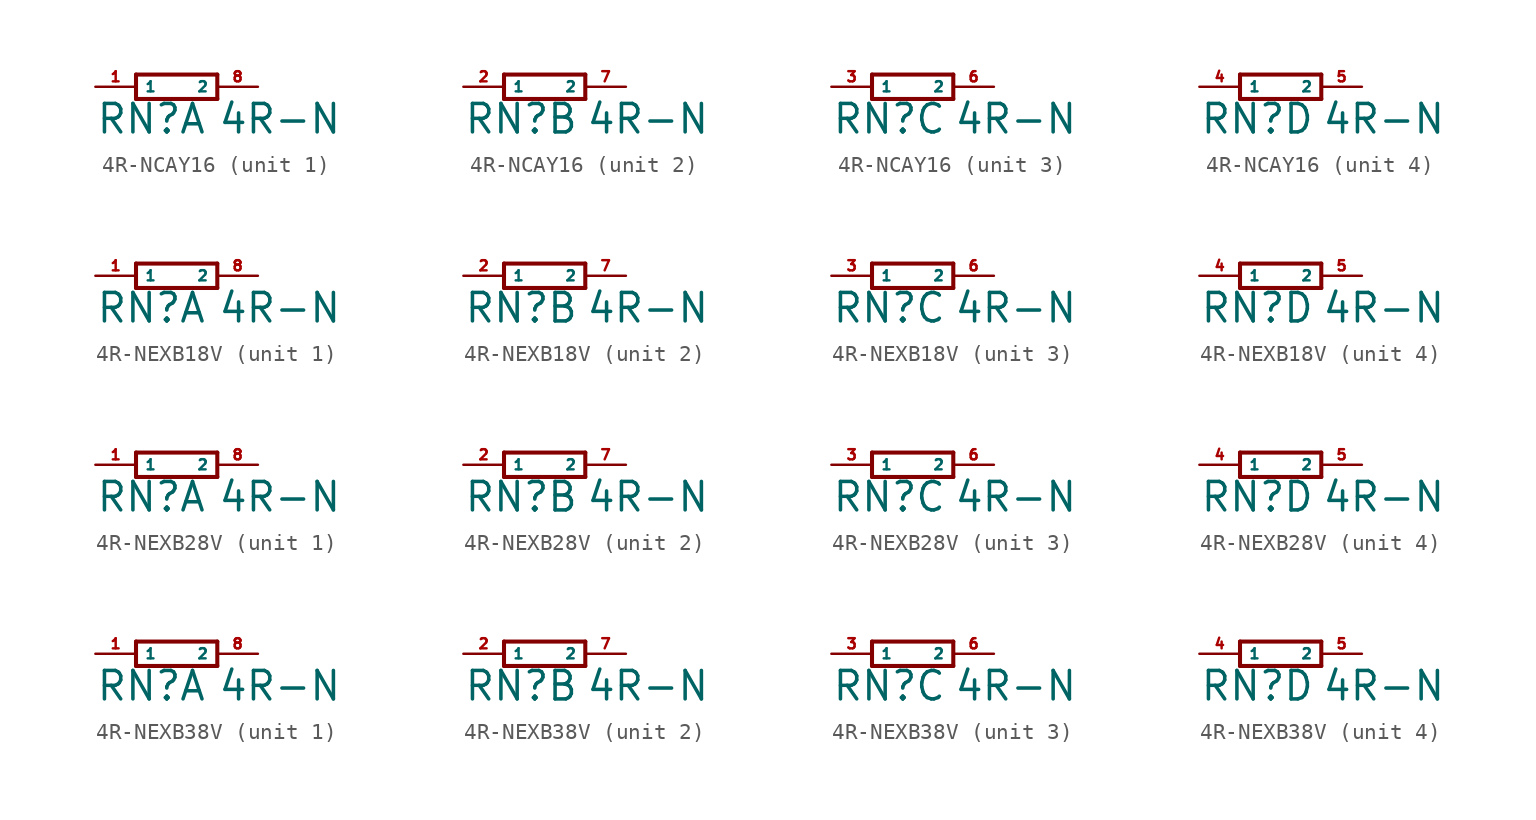
<source format=kicad_sym>
(kicad_symbol_lib
  (version 20220914)
  (generator Eagle2Kicad)
  (symbol "4R-NCAY16"
    (property "Reference" "RN"
      (at -5.08 -3.048 0)
      (effects (font (size 1.778 1.778) (thickness 0.22)) (justify left bottom)))
    (property "Value" "4R-N"
      (at 2.54 -3.048 0)
      (effects (font (size 1.778 1.778) (thickness 0.22)) (justify left bottom)))
    (symbol "4R-NCAY16_1_0"
      (polyline (pts (xy -2.54 -0.762) (xy 2.54 -0.762)) (stroke (width 0.254) (type default)) (fill (type none)))
      (polyline (pts (xy 2.54 0.762) (xy -2.54 0.762)) (stroke (width 0.254) (type default)) (fill (type none)))
      (polyline (pts (xy 2.54 -0.762) (xy 2.54 0.762)) (stroke (width 0.254) (type default)) (fill (type none)))
      (polyline (pts (xy -2.54 0.762) (xy -2.54 -0.762)) (stroke (width 0.254) (type default)) (fill (type none)))
      (pin passive line (at -5.08 0 0) (length 2.54) (name "1" (effects (font (size 0.635 0.635) (thickness 0.08)) (justify left bottom))) (number "1" (effects (font (size 0.635 0.635) (thickness 0.08)) (justify left bottom))))
      (pin passive line (at 5.08 0 180) (length 2.54) (name "2" (effects (font (size 0.635 0.635) (thickness 0.08)) (justify left bottom))) (number "8" (effects (font (size 0.635 0.635) (thickness 0.08)) (justify left bottom)))))
    (symbol "4R-NCAY16_2_0"
      (polyline (pts (xy -2.54 -0.762) (xy 2.54 -0.762)) (stroke (width 0.254) (type default)) (fill (type none)))
      (polyline (pts (xy 2.54 0.762) (xy -2.54 0.762)) (stroke (width 0.254) (type default)) (fill (type none)))
      (polyline (pts (xy 2.54 -0.762) (xy 2.54 0.762)) (stroke (width 0.254) (type default)) (fill (type none)))
      (polyline (pts (xy -2.54 0.762) (xy -2.54 -0.762)) (stroke (width 0.254) (type default)) (fill (type none)))
      (pin passive line (at -5.08 0 0) (length 2.54) (name "1" (effects (font (size 0.635 0.635) (thickness 0.08)) (justify left bottom))) (number "2" (effects (font (size 0.635 0.635) (thickness 0.08)) (justify left bottom))))
      (pin passive line (at 5.08 0 180) (length 2.54) (name "2" (effects (font (size 0.635 0.635) (thickness 0.08)) (justify left bottom))) (number "7" (effects (font (size 0.635 0.635) (thickness 0.08)) (justify left bottom)))))
    (symbol "4R-NCAY16_3_0"
      (polyline (pts (xy -2.54 -0.762) (xy 2.54 -0.762)) (stroke (width 0.254) (type default)) (fill (type none)))
      (polyline (pts (xy 2.54 0.762) (xy -2.54 0.762)) (stroke (width 0.254) (type default)) (fill (type none)))
      (polyline (pts (xy 2.54 -0.762) (xy 2.54 0.762)) (stroke (width 0.254) (type default)) (fill (type none)))
      (polyline (pts (xy -2.54 0.762) (xy -2.54 -0.762)) (stroke (width 0.254) (type default)) (fill (type none)))
      (pin passive line (at -5.08 0 0) (length 2.54) (name "1" (effects (font (size 0.635 0.635) (thickness 0.08)) (justify left bottom))) (number "3" (effects (font (size 0.635 0.635) (thickness 0.08)) (justify left bottom))))
      (pin passive line (at 5.08 0 180) (length 2.54) (name "2" (effects (font (size 0.635 0.635) (thickness 0.08)) (justify left bottom))) (number "6" (effects (font (size 0.635 0.635) (thickness 0.08)) (justify left bottom)))))
    (symbol "4R-NCAY16_4_0"
      (polyline (pts (xy -2.54 -0.762) (xy 2.54 -0.762)) (stroke (width 0.254) (type default)) (fill (type none)))
      (polyline (pts (xy 2.54 0.762) (xy -2.54 0.762)) (stroke (width 0.254) (type default)) (fill (type none)))
      (polyline (pts (xy 2.54 -0.762) (xy 2.54 0.762)) (stroke (width 0.254) (type default)) (fill (type none)))
      (polyline (pts (xy -2.54 0.762) (xy -2.54 -0.762)) (stroke (width 0.254) (type default)) (fill (type none)))
      (pin passive line (at -5.08 0 0) (length 2.54) (name "1" (effects (font (size 0.635 0.635) (thickness 0.08)) (justify left bottom))) (number "4" (effects (font (size 0.635 0.635) (thickness 0.08)) (justify left bottom))))
      (pin passive line (at 5.08 0 180) (length 2.54) (name "2" (effects (font (size 0.635 0.635) (thickness 0.08)) (justify left bottom))) (number "5" (effects (font (size 0.635 0.635) (thickness 0.08)) (justify left bottom))))))
  (symbol "4R-NEXB18V"
    (property "Reference" "RN"
      (at -5.08 -3.048 0)
      (effects (font (size 1.778 1.778) (thickness 0.22)) (justify left bottom)))
    (property "Value" "4R-N"
      (at 2.54 -3.048 0)
      (effects (font (size 1.778 1.778) (thickness 0.22)) (justify left bottom)))
    (symbol "4R-NEXB18V_1_0"
      (polyline (pts (xy -2.54 -0.762) (xy 2.54 -0.762)) (stroke (width 0.254) (type default)) (fill (type none)))
      (polyline (pts (xy 2.54 0.762) (xy -2.54 0.762)) (stroke (width 0.254) (type default)) (fill (type none)))
      (polyline (pts (xy 2.54 -0.762) (xy 2.54 0.762)) (stroke (width 0.254) (type default)) (fill (type none)))
      (polyline (pts (xy -2.54 0.762) (xy -2.54 -0.762)) (stroke (width 0.254) (type default)) (fill (type none)))
      (pin passive line (at -5.08 0 0) (length 2.54) (name "1" (effects (font (size 0.635 0.635) (thickness 0.08)) (justify left bottom))) (number "1" (effects (font (size 0.635 0.635) (thickness 0.08)) (justify left bottom))))
      (pin passive line (at 5.08 0 180) (length 2.54) (name "2" (effects (font (size 0.635 0.635) (thickness 0.08)) (justify left bottom))) (number "8" (effects (font (size 0.635 0.635) (thickness 0.08)) (justify left bottom)))))
    (symbol "4R-NEXB18V_2_0"
      (polyline (pts (xy -2.54 -0.762) (xy 2.54 -0.762)) (stroke (width 0.254) (type default)) (fill (type none)))
      (polyline (pts (xy 2.54 0.762) (xy -2.54 0.762)) (stroke (width 0.254) (type default)) (fill (type none)))
      (polyline (pts (xy 2.54 -0.762) (xy 2.54 0.762)) (stroke (width 0.254) (type default)) (fill (type none)))
      (polyline (pts (xy -2.54 0.762) (xy -2.54 -0.762)) (stroke (width 0.254) (type default)) (fill (type none)))
      (pin passive line (at -5.08 0 0) (length 2.54) (name "1" (effects (font (size 0.635 0.635) (thickness 0.08)) (justify left bottom))) (number "2" (effects (font (size 0.635 0.635) (thickness 0.08)) (justify left bottom))))
      (pin passive line (at 5.08 0 180) (length 2.54) (name "2" (effects (font (size 0.635 0.635) (thickness 0.08)) (justify left bottom))) (number "7" (effects (font (size 0.635 0.635) (thickness 0.08)) (justify left bottom)))))
    (symbol "4R-NEXB18V_3_0"
      (polyline (pts (xy -2.54 -0.762) (xy 2.54 -0.762)) (stroke (width 0.254) (type default)) (fill (type none)))
      (polyline (pts (xy 2.54 0.762) (xy -2.54 0.762)) (stroke (width 0.254) (type default)) (fill (type none)))
      (polyline (pts (xy 2.54 -0.762) (xy 2.54 0.762)) (stroke (width 0.254) (type default)) (fill (type none)))
      (polyline (pts (xy -2.54 0.762) (xy -2.54 -0.762)) (stroke (width 0.254) (type default)) (fill (type none)))
      (pin passive line (at -5.08 0 0) (length 2.54) (name "1" (effects (font (size 0.635 0.635) (thickness 0.08)) (justify left bottom))) (number "3" (effects (font (size 0.635 0.635) (thickness 0.08)) (justify left bottom))))
      (pin passive line (at 5.08 0 180) (length 2.54) (name "2" (effects (font (size 0.635 0.635) (thickness 0.08)) (justify left bottom))) (number "6" (effects (font (size 0.635 0.635) (thickness 0.08)) (justify left bottom)))))
    (symbol "4R-NEXB18V_4_0"
      (polyline (pts (xy -2.54 -0.762) (xy 2.54 -0.762)) (stroke (width 0.254) (type default)) (fill (type none)))
      (polyline (pts (xy 2.54 0.762) (xy -2.54 0.762)) (stroke (width 0.254) (type default)) (fill (type none)))
      (polyline (pts (xy 2.54 -0.762) (xy 2.54 0.762)) (stroke (width 0.254) (type default)) (fill (type none)))
      (polyline (pts (xy -2.54 0.762) (xy -2.54 -0.762)) (stroke (width 0.254) (type default)) (fill (type none)))
      (pin passive line (at -5.08 0 0) (length 2.54) (name "1" (effects (font (size 0.635 0.635) (thickness 0.08)) (justify left bottom))) (number "4" (effects (font (size 0.635 0.635) (thickness 0.08)) (justify left bottom))))
      (pin passive line (at 5.08 0 180) (length 2.54) (name "2" (effects (font (size 0.635 0.635) (thickness 0.08)) (justify left bottom))) (number "5" (effects (font (size 0.635 0.635) (thickness 0.08)) (justify left bottom))))))
  (symbol "4R-NEXB28V"
    (property "Reference" "RN"
      (at -5.08 -3.048 0)
      (effects (font (size 1.778 1.778) (thickness 0.22)) (justify left bottom)))
    (property "Value" "4R-N"
      (at 2.54 -3.048 0)
      (effects (font (size 1.778 1.778) (thickness 0.22)) (justify left bottom)))
    (symbol "4R-NEXB28V_1_0"
      (polyline (pts (xy -2.54 -0.762) (xy 2.54 -0.762)) (stroke (width 0.254) (type default)) (fill (type none)))
      (polyline (pts (xy 2.54 0.762) (xy -2.54 0.762)) (stroke (width 0.254) (type default)) (fill (type none)))
      (polyline (pts (xy 2.54 -0.762) (xy 2.54 0.762)) (stroke (width 0.254) (type default)) (fill (type none)))
      (polyline (pts (xy -2.54 0.762) (xy -2.54 -0.762)) (stroke (width 0.254) (type default)) (fill (type none)))
      (pin passive line (at -5.08 0 0) (length 2.54) (name "1" (effects (font (size 0.635 0.635) (thickness 0.08)) (justify left bottom))) (number "1" (effects (font (size 0.635 0.635) (thickness 0.08)) (justify left bottom))))
      (pin passive line (at 5.08 0 180) (length 2.54) (name "2" (effects (font (size 0.635 0.635) (thickness 0.08)) (justify left bottom))) (number "8" (effects (font (size 0.635 0.635) (thickness 0.08)) (justify left bottom)))))
    (symbol "4R-NEXB28V_2_0"
      (polyline (pts (xy -2.54 -0.762) (xy 2.54 -0.762)) (stroke (width 0.254) (type default)) (fill (type none)))
      (polyline (pts (xy 2.54 0.762) (xy -2.54 0.762)) (stroke (width 0.254) (type default)) (fill (type none)))
      (polyline (pts (xy 2.54 -0.762) (xy 2.54 0.762)) (stroke (width 0.254) (type default)) (fill (type none)))
      (polyline (pts (xy -2.54 0.762) (xy -2.54 -0.762)) (stroke (width 0.254) (type default)) (fill (type none)))
      (pin passive line (at -5.08 0 0) (length 2.54) (name "1" (effects (font (size 0.635 0.635) (thickness 0.08)) (justify left bottom))) (number "2" (effects (font (size 0.635 0.635) (thickness 0.08)) (justify left bottom))))
      (pin passive line (at 5.08 0 180) (length 2.54) (name "2" (effects (font (size 0.635 0.635) (thickness 0.08)) (justify left bottom))) (number "7" (effects (font (size 0.635 0.635) (thickness 0.08)) (justify left bottom)))))
    (symbol "4R-NEXB28V_3_0"
      (polyline (pts (xy -2.54 -0.762) (xy 2.54 -0.762)) (stroke (width 0.254) (type default)) (fill (type none)))
      (polyline (pts (xy 2.54 0.762) (xy -2.54 0.762)) (stroke (width 0.254) (type default)) (fill (type none)))
      (polyline (pts (xy 2.54 -0.762) (xy 2.54 0.762)) (stroke (width 0.254) (type default)) (fill (type none)))
      (polyline (pts (xy -2.54 0.762) (xy -2.54 -0.762)) (stroke (width 0.254) (type default)) (fill (type none)))
      (pin passive line (at -5.08 0 0) (length 2.54) (name "1" (effects (font (size 0.635 0.635) (thickness 0.08)) (justify left bottom))) (number "3" (effects (font (size 0.635 0.635) (thickness 0.08)) (justify left bottom))))
      (pin passive line (at 5.08 0 180) (length 2.54) (name "2" (effects (font (size 0.635 0.635) (thickness 0.08)) (justify left bottom))) (number "6" (effects (font (size 0.635 0.635) (thickness 0.08)) (justify left bottom)))))
    (symbol "4R-NEXB28V_4_0"
      (polyline (pts (xy -2.54 -0.762) (xy 2.54 -0.762)) (stroke (width 0.254) (type default)) (fill (type none)))
      (polyline (pts (xy 2.54 0.762) (xy -2.54 0.762)) (stroke (width 0.254) (type default)) (fill (type none)))
      (polyline (pts (xy 2.54 -0.762) (xy 2.54 0.762)) (stroke (width 0.254) (type default)) (fill (type none)))
      (polyline (pts (xy -2.54 0.762) (xy -2.54 -0.762)) (stroke (width 0.254) (type default)) (fill (type none)))
      (pin passive line (at -5.08 0 0) (length 2.54) (name "1" (effects (font (size 0.635 0.635) (thickness 0.08)) (justify left bottom))) (number "4" (effects (font (size 0.635 0.635) (thickness 0.08)) (justify left bottom))))
      (pin passive line (at 5.08 0 180) (length 2.54) (name "2" (effects (font (size 0.635 0.635) (thickness 0.08)) (justify left bottom))) (number "5" (effects (font (size 0.635 0.635) (thickness 0.08)) (justify left bottom))))))
  (symbol "4R-NEXB38V"
    (property "Reference" "RN"
      (at -5.08 -3.048 0)
      (effects (font (size 1.778 1.778) (thickness 0.22)) (justify left bottom)))
    (property "Value" "4R-N"
      (at 2.54 -3.048 0)
      (effects (font (size 1.778 1.778) (thickness 0.22)) (justify left bottom)))
    (symbol "4R-NEXB38V_1_0"
      (polyline (pts (xy -2.54 -0.762) (xy 2.54 -0.762)) (stroke (width 0.254) (type default)) (fill (type none)))
      (polyline (pts (xy 2.54 0.762) (xy -2.54 0.762)) (stroke (width 0.254) (type default)) (fill (type none)))
      (polyline (pts (xy 2.54 -0.762) (xy 2.54 0.762)) (stroke (width 0.254) (type default)) (fill (type none)))
      (polyline (pts (xy -2.54 0.762) (xy -2.54 -0.762)) (stroke (width 0.254) (type default)) (fill (type none)))
      (pin passive line (at -5.08 0 0) (length 2.54) (name "1" (effects (font (size 0.635 0.635) (thickness 0.08)) (justify left bottom))) (number "1" (effects (font (size 0.635 0.635) (thickness 0.08)) (justify left bottom))))
      (pin passive line (at 5.08 0 180) (length 2.54) (name "2" (effects (font (size 0.635 0.635) (thickness 0.08)) (justify left bottom))) (number "8" (effects (font (size 0.635 0.635) (thickness 0.08)) (justify left bottom)))))
    (symbol "4R-NEXB38V_2_0"
      (polyline (pts (xy -2.54 -0.762) (xy 2.54 -0.762)) (stroke (width 0.254) (type default)) (fill (type none)))
      (polyline (pts (xy 2.54 0.762) (xy -2.54 0.762)) (stroke (width 0.254) (type default)) (fill (type none)))
      (polyline (pts (xy 2.54 -0.762) (xy 2.54 0.762)) (stroke (width 0.254) (type default)) (fill (type none)))
      (polyline (pts (xy -2.54 0.762) (xy -2.54 -0.762)) (stroke (width 0.254) (type default)) (fill (type none)))
      (pin passive line (at -5.08 0 0) (length 2.54) (name "1" (effects (font (size 0.635 0.635) (thickness 0.08)) (justify left bottom))) (number "2" (effects (font (size 0.635 0.635) (thickness 0.08)) (justify left bottom))))
      (pin passive line (at 5.08 0 180) (length 2.54) (name "2" (effects (font (size 0.635 0.635) (thickness 0.08)) (justify left bottom))) (number "7" (effects (font (size 0.635 0.635) (thickness 0.08)) (justify left bottom)))))
    (symbol "4R-NEXB38V_3_0"
      (polyline (pts (xy -2.54 -0.762) (xy 2.54 -0.762)) (stroke (width 0.254) (type default)) (fill (type none)))
      (polyline (pts (xy 2.54 0.762) (xy -2.54 0.762)) (stroke (width 0.254) (type default)) (fill (type none)))
      (polyline (pts (xy 2.54 -0.762) (xy 2.54 0.762)) (stroke (width 0.254) (type default)) (fill (type none)))
      (polyline (pts (xy -2.54 0.762) (xy -2.54 -0.762)) (stroke (width 0.254) (type default)) (fill (type none)))
      (pin passive line (at -5.08 0 0) (length 2.54) (name "1" (effects (font (size 0.635 0.635) (thickness 0.08)) (justify left bottom))) (number "3" (effects (font (size 0.635 0.635) (thickness 0.08)) (justify left bottom))))
      (pin passive line (at 5.08 0 180) (length 2.54) (name "2" (effects (font (size 0.635 0.635) (thickness 0.08)) (justify left bottom))) (number "6" (effects (font (size 0.635 0.635) (thickness 0.08)) (justify left bottom)))))
    (symbol "4R-NEXB38V_4_0"
      (polyline (pts (xy -2.54 -0.762) (xy 2.54 -0.762)) (stroke (width 0.254) (type default)) (fill (type none)))
      (polyline (pts (xy 2.54 0.762) (xy -2.54 0.762)) (stroke (width 0.254) (type default)) (fill (type none)))
      (polyline (pts (xy 2.54 -0.762) (xy 2.54 0.762)) (stroke (width 0.254) (type default)) (fill (type none)))
      (polyline (pts (xy -2.54 0.762) (xy -2.54 -0.762)) (stroke (width 0.254) (type default)) (fill (type none)))
      (pin passive line (at -5.08 0 0) (length 2.54) (name "1" (effects (font (size 0.635 0.635) (thickness 0.08)) (justify left bottom))) (number "4" (effects (font (size 0.635 0.635) (thickness 0.08)) (justify left bottom))))
      (pin passive line (at 5.08 0 180) (length 2.54) (name "2" (effects (font (size 0.635 0.635) (thickness 0.08)) (justify left bottom))) (number "5" (effects (font (size 0.635 0.635) (thickness 0.08)) (justify left bottom)))))))
</source>
